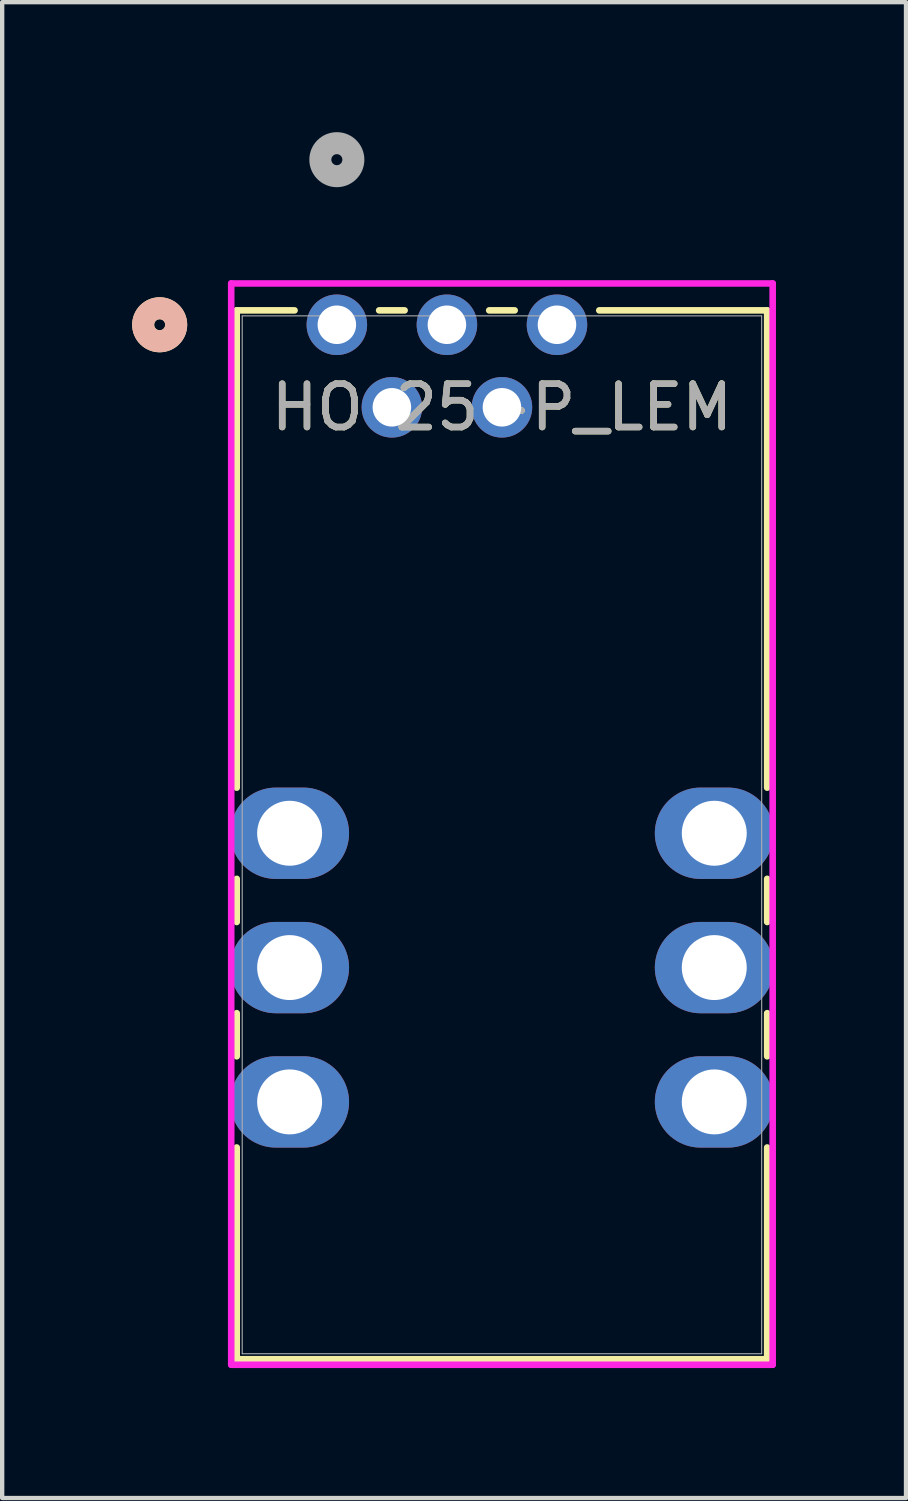
<source format=kicad_pcb>
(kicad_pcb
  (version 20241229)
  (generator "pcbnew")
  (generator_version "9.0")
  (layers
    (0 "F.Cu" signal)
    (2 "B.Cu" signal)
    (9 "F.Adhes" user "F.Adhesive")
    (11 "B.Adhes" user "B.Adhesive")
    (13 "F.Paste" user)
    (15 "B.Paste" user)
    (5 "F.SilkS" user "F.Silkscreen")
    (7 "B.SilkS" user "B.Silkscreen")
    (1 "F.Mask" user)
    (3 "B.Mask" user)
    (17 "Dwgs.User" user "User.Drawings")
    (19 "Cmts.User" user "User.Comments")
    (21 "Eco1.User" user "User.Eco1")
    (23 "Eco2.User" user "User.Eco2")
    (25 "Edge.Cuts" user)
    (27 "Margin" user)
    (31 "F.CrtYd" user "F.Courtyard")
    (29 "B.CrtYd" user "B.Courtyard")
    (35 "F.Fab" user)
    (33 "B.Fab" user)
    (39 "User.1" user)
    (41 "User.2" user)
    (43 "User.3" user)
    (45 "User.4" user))
  (footprint "HO 25-P_LEM"
    (layer "F.Cu")
    (at 4.724 4.445)
    (property "Reference" "HO 25-P_LEM" (at 3.81 1.905 0) (unlocked yes) (layer "F.SilkS") (effects (font (size 1 1) (thickness 0.15))))
    (attr through_hole)
    (fp_line (start -2.311 -0.332) (end -2.311 10.683) (stroke (width 0.152) (type solid)) (layer "F.SilkS"))
    (fp_line (start -2.311 12.787) (end -2.311 13.783) (stroke (width 0.152) (type solid)) (layer "F.SilkS"))
    (fp_line (start -2.311 15.887) (end -2.311 16.883) (stroke (width 0.152) (type solid)) (layer "F.SilkS"))
    (fp_line (start -2.311 18.987) (end -2.311 23.874) (stroke (width 0.152) (type solid)) (layer "F.SilkS"))
    (fp_line (start -2.311 23.874) (end 9.931 23.874) (stroke (width 0.152) (type solid)) (layer "F.SilkS"))
    (fp_line (start -0.976 -0.332) (end -2.311 -0.332) (stroke (width 0.152) (type solid)) (layer "F.SilkS"))
    (fp_line (start 1.564 -0.332) (end 0.976 -0.332) (stroke (width 0.152) (type solid)) (layer "F.SilkS"))
    (fp_line (start 4.104 -0.332) (end 3.516 -0.332) (stroke (width 0.152) (type solid)) (layer "F.SilkS"))
    (fp_line (start 9.931 -0.332) (end 6.056 -0.332) (stroke (width 0.152) (type solid)) (layer "F.SilkS"))
    (fp_line (start 9.931 10.683) (end 9.931 -0.332) (stroke (width 0.152) (type solid)) (layer "F.SilkS"))
    (fp_line (start 9.931 13.783) (end 9.931 12.787) (stroke (width 0.152) (type solid)) (layer "F.SilkS"))
    (fp_line (start 9.931 16.883) (end 9.931 15.887) (stroke (width 0.152) (type solid)) (layer "F.SilkS"))
    (fp_line (start 9.931 23.874) (end 9.931 18.987) (stroke (width 0.152) (type solid)) (layer "F.SilkS"))
    (fp_circle (center -4.089 0) (end -3.708 0) (stroke (width 0.508) (type solid)) (fill no) (layer "F.SilkS"))
    (fp_circle (center -4.089 0) (end -3.708 0) (stroke (width 0.508) (type solid)) (fill no) (layer "B.SilkS"))
    (fp_line (start -2.438 -0.953) (end -2.438 24.001) (stroke (width 0.152) (type solid)) (layer "F.CrtYd"))
    (fp_line (start -2.438 24.001) (end 10.058 24.001) (stroke (width 0.152) (type solid)) (layer "F.CrtYd"))
    (fp_line (start 10.058 -0.953) (end -2.438 -0.953) (stroke (width 0.152) (type solid)) (layer "F.CrtYd"))
    (fp_line (start 10.058 24.001) (end 10.058 -0.953) (stroke (width 0.152) (type solid)) (layer "F.CrtYd"))
    (fp_line (start -2.184 -0.205) (end -2.184 23.747) (stroke (width 0.025) (type solid)) (layer "F.Fab"))
    (fp_line (start -2.184 23.747) (end 9.804 23.747) (stroke (width 0.025) (type solid)) (layer "F.Fab"))
    (fp_line (start 9.804 -0.205) (end -2.184 -0.205) (stroke (width 0.025) (type solid)) (layer "F.Fab"))
    (fp_line (start 9.804 23.747) (end 9.804 -0.205) (stroke (width 0.025) (type solid)) (layer "F.Fab"))
    (fp_circle (center 0 -3.81) (end 0.381 -3.81) (stroke (width 0.508) (type solid)) (fill no) (layer "F.Fab"))
    (fp_text user "${REFERENCE}" (at 3.81 1.905 0) (unlocked yes) (layer "F.Fab") (effects (font (size 1 1) (thickness 0.15))))
    (pad "1" thru_hole circle (at 0 0) (size 1.397 1.397) (drill 0.889) (layers "*.Cu" "*.Mask"))
    (pad "2" thru_hole circle (at 1.27 1.905) (size 1.397 1.397) (drill 0.889) (layers "*.Cu" "*.Mask"))
    (pad "3" thru_hole circle (at 2.54 0) (size 1.397 1.397) (drill 0.889) (layers "*.Cu" "*.Mask"))
    (pad "4" thru_hole circle (at 3.81 1.905) (size 1.397 1.397) (drill 0.889) (layers "*.Cu" "*.Mask"))
    (pad "5" thru_hole circle (at 5.08 0) (size 1.397 1.397) (drill 0.889) (layers "*.Cu" "*.Mask"))
    (pad "8" thru_hole oval (at -1.09 11.735 90) (size 2.108 2.743) (drill 1.499) (layers "*.Cu" "*.Mask"))
    (pad "9" thru_hole oval (at -1.09 14.835 90) (size 2.108 2.743) (drill 1.499) (layers "*.Cu" "*.Mask"))
    (pad "10" thru_hole oval (at -1.09 17.935 90) (size 2.108 2.743) (drill 1.499) (layers "*.Cu" "*.Mask"))
    (pad "11" thru_hole oval (at 8.71 17.935 90) (size 2.108 2.743) (drill 1.499) (layers "*.Cu" "*.Mask"))
    (pad "12" thru_hole oval (at 8.71 14.835 90) (size 2.108 2.743) (drill 1.499) (layers "*.Cu" "*.Mask"))
    (pad "13" thru_hole oval (at 8.71 11.735 90) (size 2.108 2.743) (drill 1.499) (layers "*.Cu" "*.Mask")))
  (gr_rect
    (start -3 -3)
    (end 17.859 31.522)
    (stroke (width 0.1) (type default))
    (fill no)
    (layer "Edge.Cuts")))
</source>
